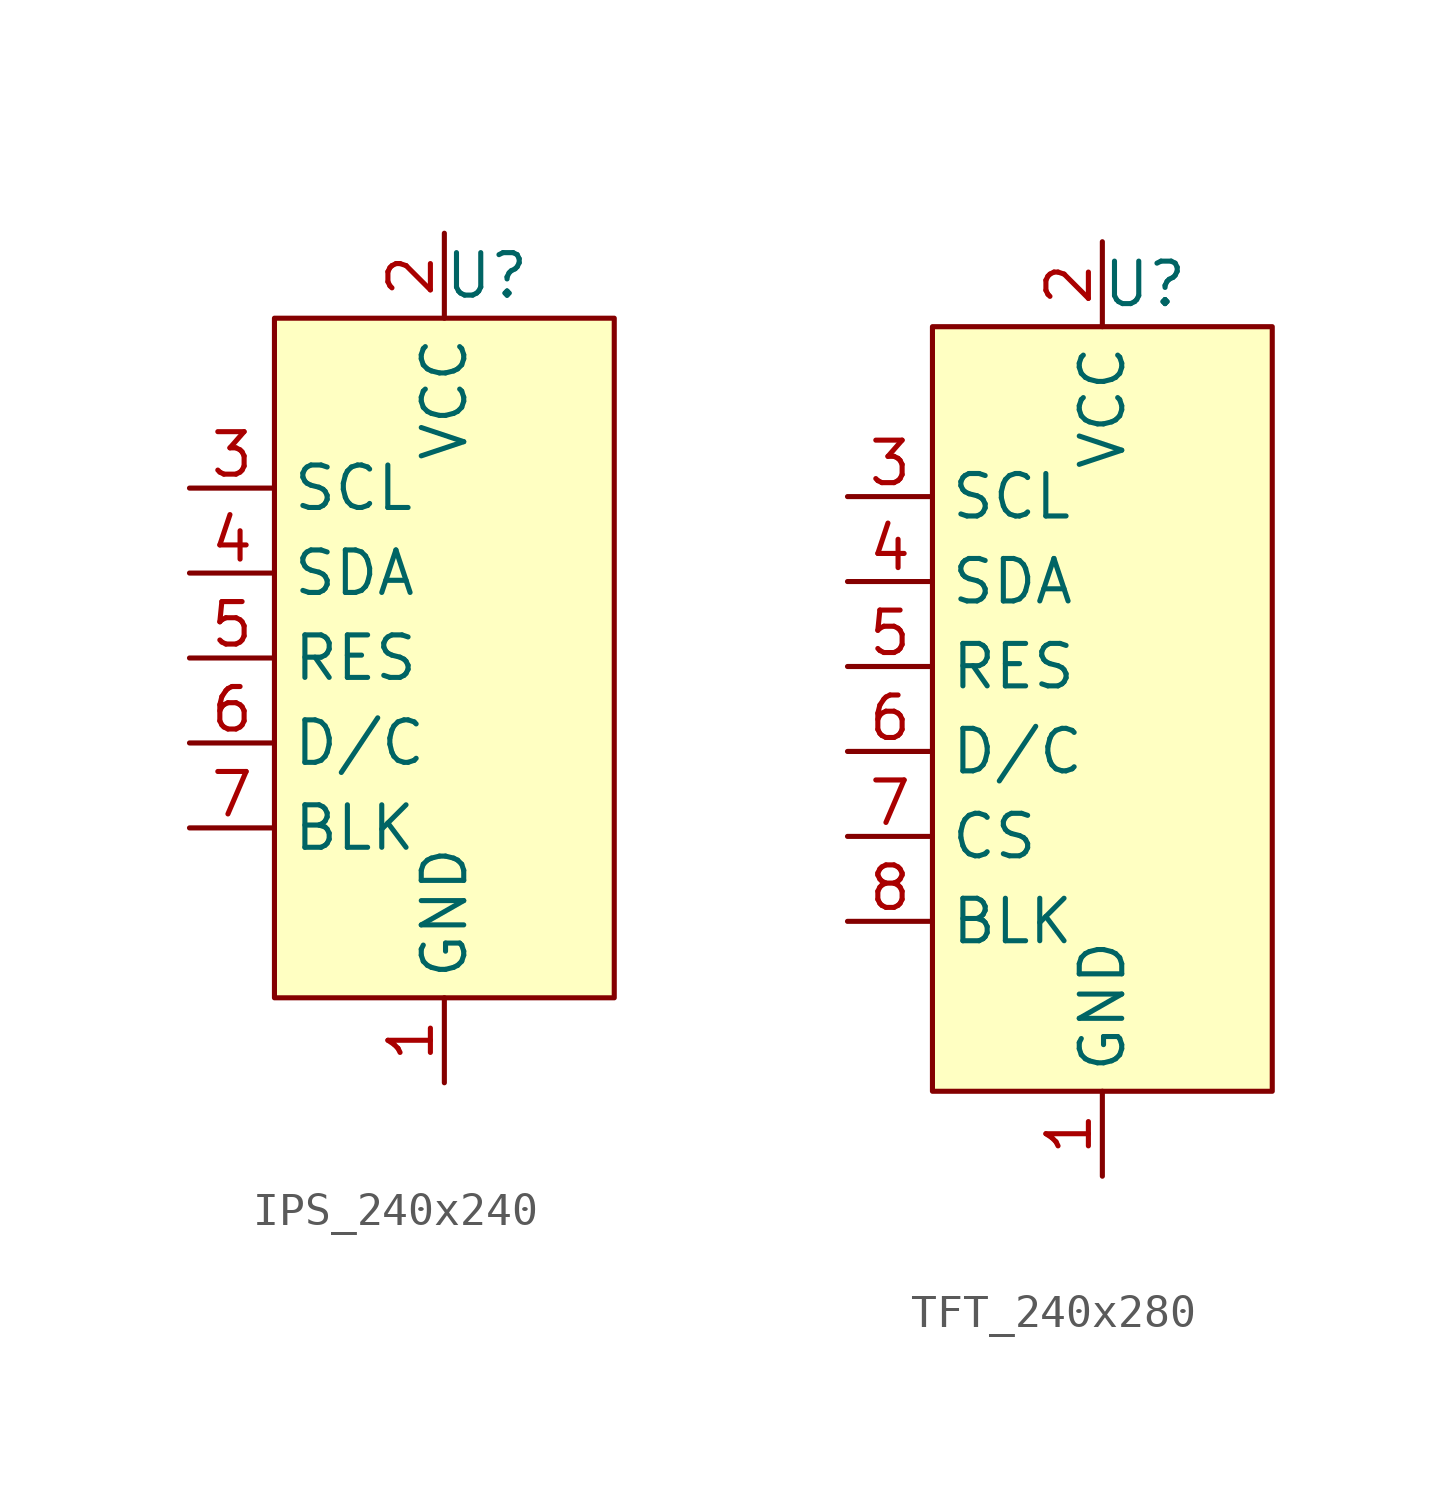
<source format=kicad_sym>
(kicad_symbol_lib
  (version 20220914)
  (generator kicad_symbol_editor)
  (symbol "IPS_240x240"
    (property "Reference" "U"
      (at 1.27 11.43 0)
      (effects (font (size 1.27 1.27))))
    (property "Value" ""
      (at -5.08 10.16 0)
      (effects (font (size 1.27 1.27))))
    (symbol "IPS_240x240_1_1"
      (rectangle (start -5.08 10.16) (end 5.08 -10.16) (stroke (width 0) (type default)) (fill (type background)))
      (pin power_in line (at 0 -12.7 90) (length 2.54) (name "GND" (effects (font (size 1.27 1.27)))) (number "1" (effects (font (size 1.27 1.27)))))
      (pin power_in line (at 0 12.7 270) (length 2.54) (name "VCC" (effects (font (size 1.27 1.27)))) (number "2" (effects (font (size 1.27 1.27)))))
      (pin input line (at -7.62 5.08 0) (length 2.54) (name "SCL" (effects (font (size 1.27 1.27)))) (number "3" (effects (font (size 1.27 1.27)))))
      (pin input line (at -7.62 2.54 0) (length 2.54) (name "SDA" (effects (font (size 1.27 1.27)))) (number "4" (effects (font (size 1.27 1.27)))))
      (pin input line (at -7.62 0 0) (length 2.54) (name "RES" (effects (font (size 1.27 1.27)))) (number "5" (effects (font (size 1.27 1.27)))))
      (pin input line (at -7.62 -2.54 0) (length 2.54) (name "D/C" (effects (font (size 1.27 1.27)))) (number "6" (effects (font (size 1.27 1.27)))))
      (pin input line (at -7.62 -5.08 0) (length 2.54) (name "BLK" (effects (font (size 1.27 1.27)))) (number "7" (effects (font (size 1.27 1.27)))))))
  (symbol "TFT_240x280"
    (property "Reference" "U"
      (at 1.27 12.7 0)
      (effects (font (size 1.27 1.27))))
    (property "Value" ""
      (at -5.08 11.43 0)
      (effects (font (size 1.27 1.27))))
    (symbol "TFT_240x280_1_1"
      (rectangle (start -5.08 11.43) (end 5.08 -11.43) (stroke (width 0) (type default)) (fill (type background)))
      (pin power_in line (at 0 -13.97 90) (length 2.54) (name "GND" (effects (font (size 1.27 1.27)))) (number "1" (effects (font (size 1.27 1.27)))))
      (pin power_in line (at 0 13.97 270) (length 2.54) (name "VCC" (effects (font (size 1.27 1.27)))) (number "2" (effects (font (size 1.27 1.27)))))
      (pin input line (at -7.62 6.35 0) (length 2.54) (name "SCL" (effects (font (size 1.27 1.27)))) (number "3" (effects (font (size 1.27 1.27)))))
      (pin input line (at -7.62 3.81 0) (length 2.54) (name "SDA" (effects (font (size 1.27 1.27)))) (number "4" (effects (font (size 1.27 1.27)))))
      (pin input line (at -7.62 1.27 0) (length 2.54) (name "RES" (effects (font (size 1.27 1.27)))) (number "5" (effects (font (size 1.27 1.27)))))
      (pin input line (at -7.62 -1.27 0) (length 2.54) (name "D/C" (effects (font (size 1.27 1.27)))) (number "6" (effects (font (size 1.27 1.27)))))
      (pin input line (at -7.62 -3.81 0) (length 2.54) (name "CS" (effects (font (size 1.27 1.27)))) (number "7" (effects (font (size 1.27 1.27)))))
      (pin input line (at -7.62 -6.35 0) (length 2.54) (name "BLK" (effects (font (size 1.27 1.27)))) (number "8" (effects (font (size 1.27 1.27))))))))
</source>
